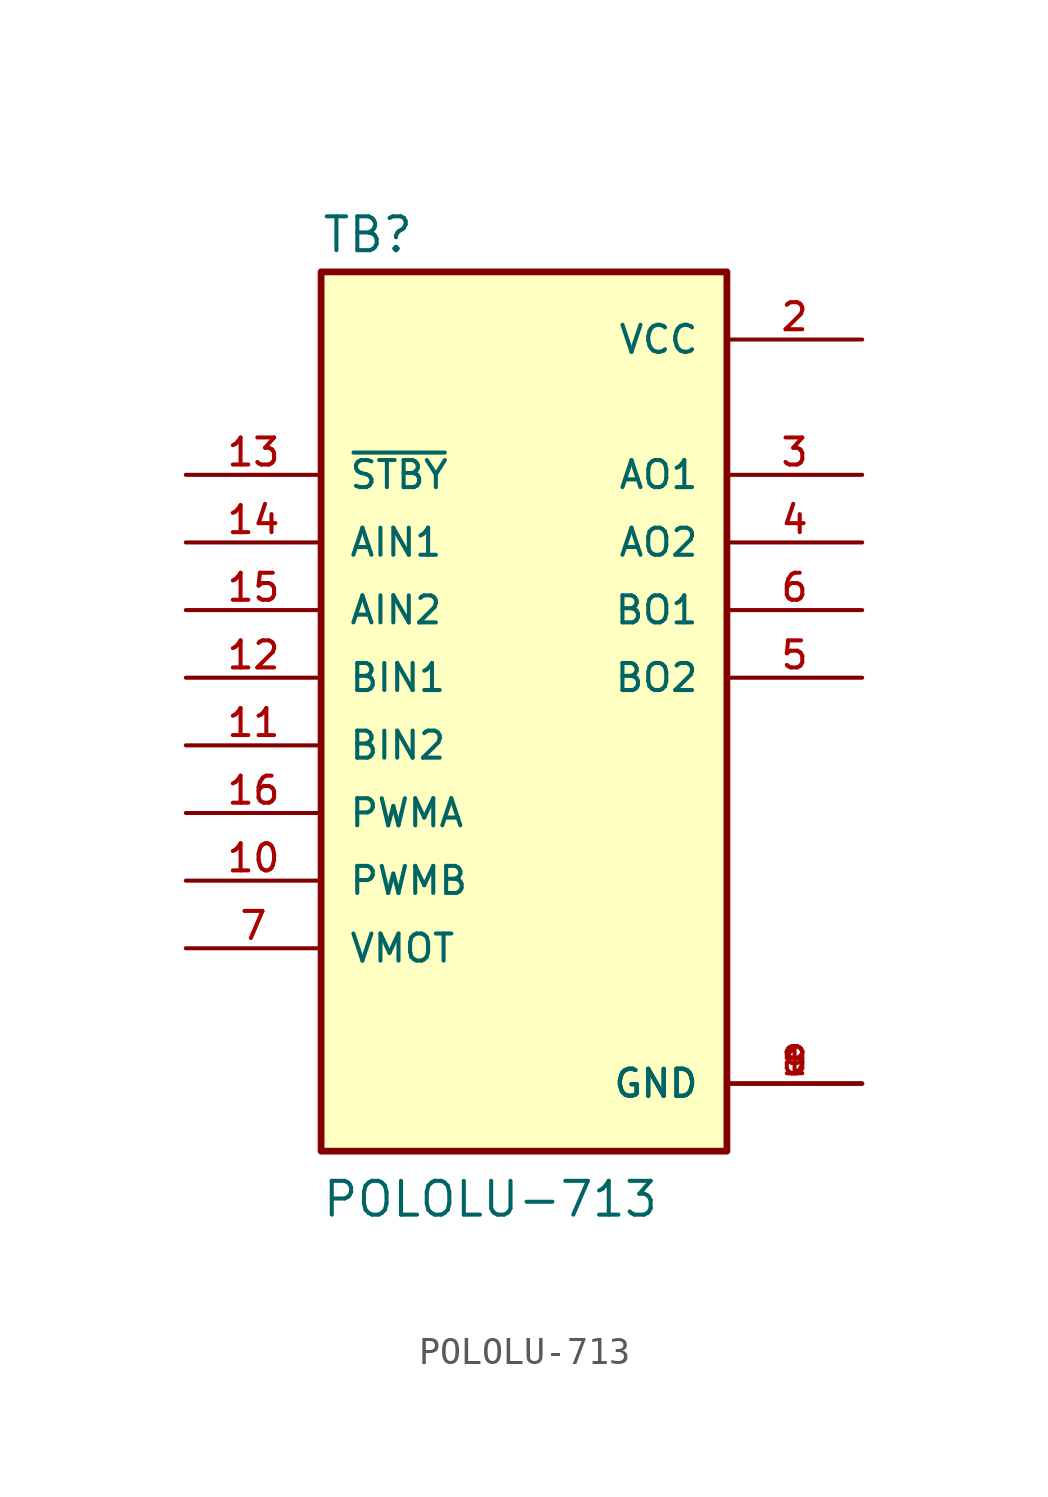
<source format=kicad_sym>
(kicad_symbol_lib
  (version 20211014)
  (generator kicad_symbol_editor)
  (symbol "POLOLU-713"
    (pin_names
      (offset 1.016))
    (property "Reference" "TB"
      (at -7.629 15.893 0)
      (effects (font (size 1.27 1.27)) (justify bottom left)))
    (property "Value" "POLOLU-713"
      (at -7.622 -20.326 0)
      (effects (font (size 1.27 1.27)) (justify bottom left)))
    (symbol "POLOLU-713_0_0"
      (rectangle (start -7.62 -17.78) (end 7.62 15.24) (stroke (width 0.254)) (fill (type background)))
      (pin power_in line (at 12.7 -15.24 180.0) (length 5.08) (name "GND" (effects (font (size 1.016 1.016)))) (number "1" (effects (font (size 1.016 1.016)))))
      (pin power_in line (at 12.7 -15.24 180.0) (length 5.08) (name "GND" (effects (font (size 1.016 1.016)))) (number "8" (effects (font (size 1.016 1.016)))))
      (pin power_in line (at 12.7 -15.24 180.0) (length 5.08) (name "GND" (effects (font (size 1.016 1.016)))) (number "9" (effects (font (size 1.016 1.016)))))
      (pin power_in line (at 12.7 12.7 180.0) (length 5.08) (name "VCC" (effects (font (size 1.016 1.016)))) (number "2" (effects (font (size 1.016 1.016)))))
      (pin output line (at 12.7 7.62 180.0) (length 5.08) (name "AO1" (effects (font (size 1.016 1.016)))) (number "3" (effects (font (size 1.016 1.016)))))
      (pin output line (at 12.7 5.08 180.0) (length 5.08) (name "AO2" (effects (font (size 1.016 1.016)))) (number "4" (effects (font (size 1.016 1.016)))))
      (pin output line (at 12.7 0.0 180.0) (length 5.08) (name "BO2" (effects (font (size 1.016 1.016)))) (number "5" (effects (font (size 1.016 1.016)))))
      (pin output line (at 12.7 2.54 180.0) (length 5.08) (name "BO1" (effects (font (size 1.016 1.016)))) (number "6" (effects (font (size 1.016 1.016)))))
      (pin input line (at -12.7 -10.16 0) (length 5.08) (name "VMOT" (effects (font (size 1.016 1.016)))) (number "7" (effects (font (size 1.016 1.016)))))
      (pin input line (at -12.7 -7.62 0) (length 5.08) (name "PWMB" (effects (font (size 1.016 1.016)))) (number "10" (effects (font (size 1.016 1.016)))))
      (pin input line (at -12.7 -2.54 0) (length 5.08) (name "BIN2" (effects (font (size 1.016 1.016)))) (number "11" (effects (font (size 1.016 1.016)))))
      (pin input line (at -12.7 0.0 0) (length 5.08) (name "BIN1" (effects (font (size 1.016 1.016)))) (number "12" (effects (font (size 1.016 1.016)))))
      (pin input line (at -12.7 7.62 0) (length 5.08) (name "~{STBY}" (effects (font (size 1.016 1.016)))) (number "13" (effects (font (size 1.016 1.016)))))
      (pin input line (at -12.7 5.08 0) (length 5.08) (name "AIN1" (effects (font (size 1.016 1.016)))) (number "14" (effects (font (size 1.016 1.016)))))
      (pin input line (at -12.7 2.54 0) (length 5.08) (name "AIN2" (effects (font (size 1.016 1.016)))) (number "15" (effects (font (size 1.016 1.016)))))
      (pin input line (at -12.7 -5.08 0) (length 5.08) (name "PWMA" (effects (font (size 1.016 1.016)))) (number "16" (effects (font (size 1.016 1.016))))))))
</source>
